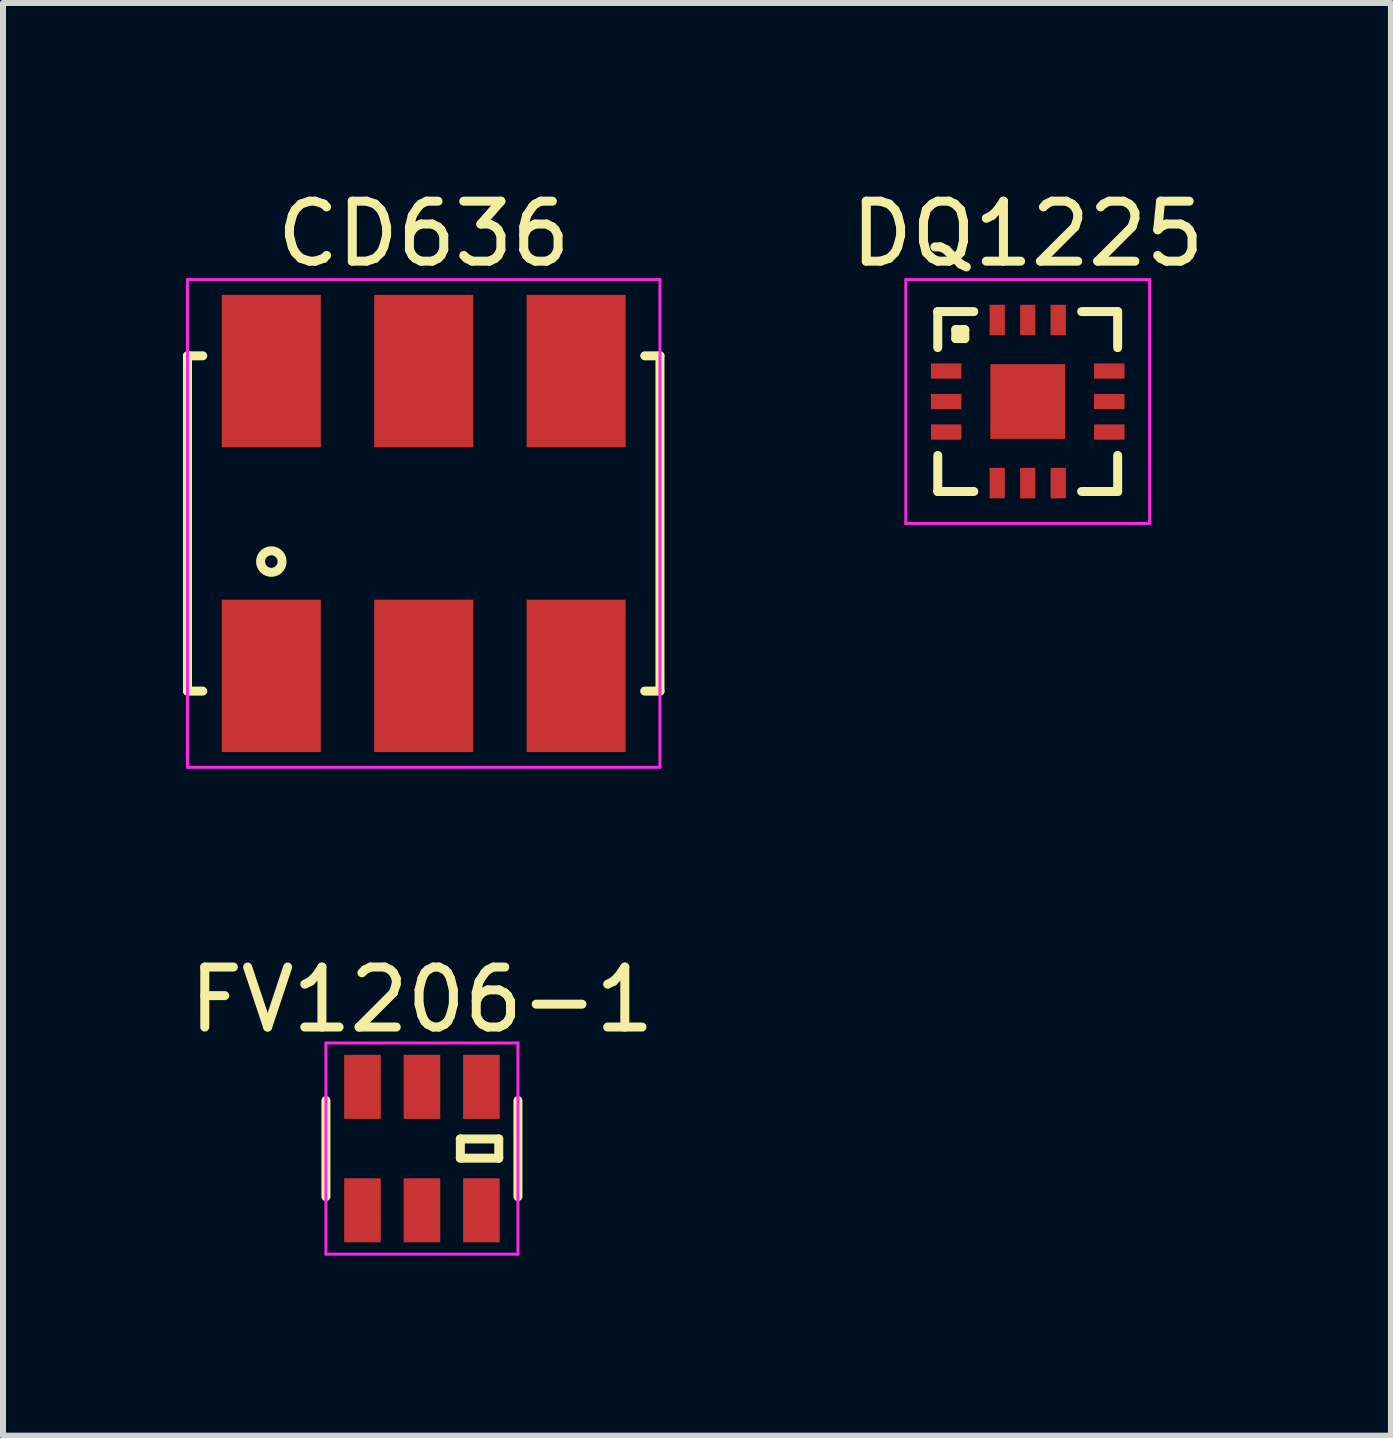
<source format=kicad_pcb>
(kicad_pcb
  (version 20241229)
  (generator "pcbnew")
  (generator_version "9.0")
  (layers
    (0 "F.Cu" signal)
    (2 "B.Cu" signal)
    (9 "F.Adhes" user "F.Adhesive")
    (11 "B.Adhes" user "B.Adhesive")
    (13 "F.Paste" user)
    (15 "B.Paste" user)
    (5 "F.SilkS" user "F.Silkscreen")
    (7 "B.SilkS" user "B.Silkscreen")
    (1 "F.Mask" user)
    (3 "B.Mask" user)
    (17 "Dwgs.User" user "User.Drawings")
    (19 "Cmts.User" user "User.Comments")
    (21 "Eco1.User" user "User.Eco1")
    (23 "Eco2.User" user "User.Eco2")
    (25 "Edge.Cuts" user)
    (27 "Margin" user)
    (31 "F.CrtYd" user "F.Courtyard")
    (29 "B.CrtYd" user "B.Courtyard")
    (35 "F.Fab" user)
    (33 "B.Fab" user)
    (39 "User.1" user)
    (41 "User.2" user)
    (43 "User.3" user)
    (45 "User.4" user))
  (footprint "DQ1225"
    (layer "F.Cu")
    (at 14.078 3.642)
    (property "Reference" "DQ1225" (at 0 -2.794 0) (layer "F.SilkS") (effects (font (size 1 1) (thickness 0.15))))
    (attr through_hole)
    (fp_line (start -1.499 -1.499) (end -1.499 -0.899) (stroke (width 0.15) (type solid)) (layer "F.SilkS"))
    (fp_line (start -1.499 0.899) (end -1.499 1.499) (stroke (width 0.15) (type solid)) (layer "F.SilkS"))
    (fp_line (start -1.499 1.499) (end -0.899 1.499) (stroke (width 0.15) (type solid)) (layer "F.SilkS"))
    (fp_line (start -1.199 -1.199) (end -1.199 -1.049) (stroke (width 0.15) (type solid)) (layer "F.SilkS"))
    (fp_line (start -1.199 -1.049) (end -1.049 -1.049) (stroke (width 0.15) (type solid)) (layer "F.SilkS"))
    (fp_line (start -1.049 -1.199) (end -1.199 -1.199) (stroke (width 0.15) (type solid)) (layer "F.SilkS"))
    (fp_line (start -1.049 -1.049) (end -1.049 -1.199) (stroke (width 0.15) (type solid)) (layer "F.SilkS"))
    (fp_line (start -0.899 -1.499) (end -1.499 -1.499) (stroke (width 0.15) (type solid)) (layer "F.SilkS"))
    (fp_line (start 0.899 1.499) (end 1.499 1.499) (stroke (width 0.15) (type solid)) (layer "F.SilkS"))
    (fp_line (start 1.499 -1.499) (end 0.899 -1.499) (stroke (width 0.15) (type solid)) (layer "F.SilkS"))
    (fp_line (start 1.499 -0.899) (end 1.499 -1.499) (stroke (width 0.15) (type solid)) (layer "F.SilkS"))
    (fp_line (start 1.499 1.499) (end 1.499 0.899) (stroke (width 0.15) (type solid)) (layer "F.SilkS"))
    (fp_line (start -2.032 -2.032) (end -2.032 2.032) (stroke (width 0.05) (type solid)) (layer "F.CrtYd"))
    (fp_line (start -2.032 2.032) (end 2.032 2.032) (stroke (width 0.05) (type solid)) (layer "F.CrtYd"))
    (fp_line (start 2.032 -2.032) (end -2.032 -2.032) (stroke (width 0.05) (type solid)) (layer "F.CrtYd"))
    (fp_line (start 2.032 2.032) (end 2.032 -2.032) (stroke (width 0.05) (type solid)) (layer "F.CrtYd"))
    (pad "1" smd rect (at -1.359 -0.508 90) (size 0.254 0.508) (layers "F.Cu" "F.Mask" "F.Paste"))
    (pad "2" smd rect (at -1.359 0 90) (size 0.254 0.508) (layers "F.Cu" "F.Mask" "F.Paste"))
    (pad "3" smd rect (at -1.359 0.508 90) (size 0.254 0.508) (layers "F.Cu" "F.Mask" "F.Paste"))
    (pad "4" smd rect (at -0.508 1.359) (size 0.254 0.508) (layers "F.Cu" "F.Mask" "F.Paste"))
    (pad "5" smd rect (at 0 1.359) (size 0.254 0.508) (layers "F.Cu" "F.Mask" "F.Paste"))
    (pad "6" smd rect (at 0.508 1.359) (size 0.254 0.508) (layers "F.Cu" "F.Mask" "F.Paste"))
    (pad "7" smd rect (at 1.359 0.508 90) (size 0.254 0.508) (layers "F.Cu" "F.Mask" "F.Paste"))
    (pad "8" smd rect (at 1.359 0 90) (size 0.254 0.508) (layers "F.Cu" "F.Mask" "F.Paste"))
    (pad "9" smd rect (at 1.359 -0.508 90) (size 0.254 0.508) (layers "F.Cu" "F.Mask" "F.Paste"))
    (pad "10" smd rect (at 0.508 -1.359) (size 0.254 0.508) (layers "F.Cu" "F.Mask" "F.Paste"))
    (pad "11" smd rect (at 0 -1.359) (size 0.254 0.508) (layers "F.Cu" "F.Mask" "F.Paste"))
    (pad "12" smd rect (at -0.508 -1.359) (size 0.254 0.508) (layers "F.Cu" "F.Mask" "F.Paste"))
    (pad "PAD" smd rect (at 0 0) (size 1.245 1.245) (layers "F.Cu" "F.Mask" "F.Paste")))
  (footprint "CD636"
    (layer "F.Cu")
    (at 4.012 5.674)
    (property "Reference" "CD636" (at 0 -4.826 0) (layer "F.SilkS") (effects (font (size 1 1) (thickness 0.15))))
    (attr through_hole)
    (fp_line (start -3.937 -2.794) (end -3.683 -2.794) (stroke (width 0.15) (type solid)) (layer "F.SilkS"))
    (fp_line (start -3.937 2.794) (end -3.937 -2.794) (stroke (width 0.15) (type solid)) (layer "F.SilkS"))
    (fp_line (start -3.937 2.794) (end -3.683 2.794) (stroke (width 0.15) (type solid)) (layer "F.SilkS"))
    (fp_line (start 3.937 -2.794) (end 3.683 -2.794) (stroke (width 0.15) (type solid)) (layer "F.SilkS"))
    (fp_line (start 3.937 2.794) (end 3.683 2.794) (stroke (width 0.15) (type solid)) (layer "F.SilkS"))
    (fp_line (start 3.937 2.794) (end 3.937 -2.794) (stroke (width 0.15) (type solid)) (layer "F.SilkS"))
    (fp_circle (center -2.54 0.635) (end -2.413 0.762) (stroke (width 0.15) (type solid)) (fill no) (layer "F.SilkS"))
    (fp_line (start -3.937 -4.064) (end -3.937 4.064) (stroke (width 0.05) (type solid)) (layer "F.CrtYd"))
    (fp_line (start -3.937 4.064) (end 3.937 4.064) (stroke (width 0.05) (type solid)) (layer "F.CrtYd"))
    (fp_line (start 3.937 -4.064) (end -3.937 -4.064) (stroke (width 0.05) (type solid)) (layer "F.CrtYd"))
    (fp_line (start 3.937 4.064) (end 3.937 -4.064) (stroke (width 0.05) (type solid)) (layer "F.CrtYd"))
    (pad "1" smd rect (at -2.54 2.54) (size 1.651 2.54) (layers "F.Cu" "F.Mask" "F.Paste"))
    (pad "2" smd rect (at 0 2.54) (size 1.651 2.54) (layers "F.Cu" "F.Mask" "F.Paste"))
    (pad "3" smd rect (at 2.54 2.54) (size 1.651 2.54) (layers "F.Cu" "F.Mask" "F.Paste"))
    (pad "4" smd rect (at 2.54 -2.54) (size 1.651 2.54) (layers "F.Cu" "F.Mask" "F.Paste"))
    (pad "5" smd rect (at 0 -2.54) (size 1.651 2.54) (layers "F.Cu" "F.Mask" "F.Paste"))
    (pad "6" smd rect (at -2.54 -2.54) (size 1.651 2.54) (layers "F.Cu" "F.Mask" "F.Paste")))
  (footprint "FV1206-1"
    (layer "F.Cu")
    (at 3.982 16.092)
    (property "Reference" "FV1206-1" (at 0 -2.48 0) (layer "F.SilkS") (effects (font (size 1 1) (thickness 0.15))))
    (attr through_hole)
    (fp_line (start -1.6 -0.8) (end -1.6 0.8) (stroke (width 0.15) (type solid)) (layer "F.SilkS"))
    (fp_line (start 0.64 -0.16) (end 1.28 -0.16) (stroke (width 0.15) (type solid)) (layer "F.SilkS"))
    (fp_line (start 0.64 0.16) (end 0.64 -0.16) (stroke (width 0.15) (type solid)) (layer "F.SilkS"))
    (fp_line (start 1.28 -0.16) (end 1.28 0.16) (stroke (width 0.15) (type solid)) (layer "F.SilkS"))
    (fp_line (start 1.28 0.16) (end 0.64 0.16) (stroke (width 0.15) (type solid)) (layer "F.SilkS"))
    (fp_line (start 1.6 -0.8) (end 1.6 0.8) (stroke (width 0.15) (type solid)) (layer "F.SilkS"))
    (fp_line (start -1.6 -1.76) (end -1.6 1.76) (stroke (width 0.05) (type solid)) (layer "F.CrtYd"))
    (fp_line (start -1.6 1.76) (end 1.6 1.76) (stroke (width 0.05) (type solid)) (layer "F.CrtYd"))
    (fp_line (start 1.6 -1.76) (end -1.6 -1.76) (stroke (width 0.05) (type solid)) (layer "F.CrtYd"))
    (fp_line (start 1.6 1.76) (end 1.6 -1.76) (stroke (width 0.05) (type solid)) (layer "F.CrtYd"))
    (pad "1" smd rect (at -0.991 1.029) (size 0.61 1.067) (layers "F.Cu" "F.Mask" "F.Paste"))
    (pad "2" smd rect (at 0 1.029) (size 0.61 1.067) (layers "F.Cu" "F.Mask" "F.Paste"))
    (pad "3" smd rect (at 0.991 1.029) (size 0.61 1.067) (layers "F.Cu" "F.Mask" "F.Paste"))
    (pad "4" smd rect (at 0.991 -1.029) (size 0.61 1.067) (layers "F.Cu" "F.Mask" "F.Paste"))
    (pad "5" smd rect (at 0 -1.029) (size 0.61 1.067) (layers "F.Cu" "F.Mask" "F.Paste"))
    (pad "6" smd rect (at -0.991 -1.029) (size 0.61 1.067) (layers "F.Cu" "F.Mask" "F.Paste")))
  (gr_rect
    (start -3 -3)
    (end 20.131 20.877)
    (stroke (width 0.1) (type default))
    (fill no)
    (layer "Edge.Cuts")))
</source>
